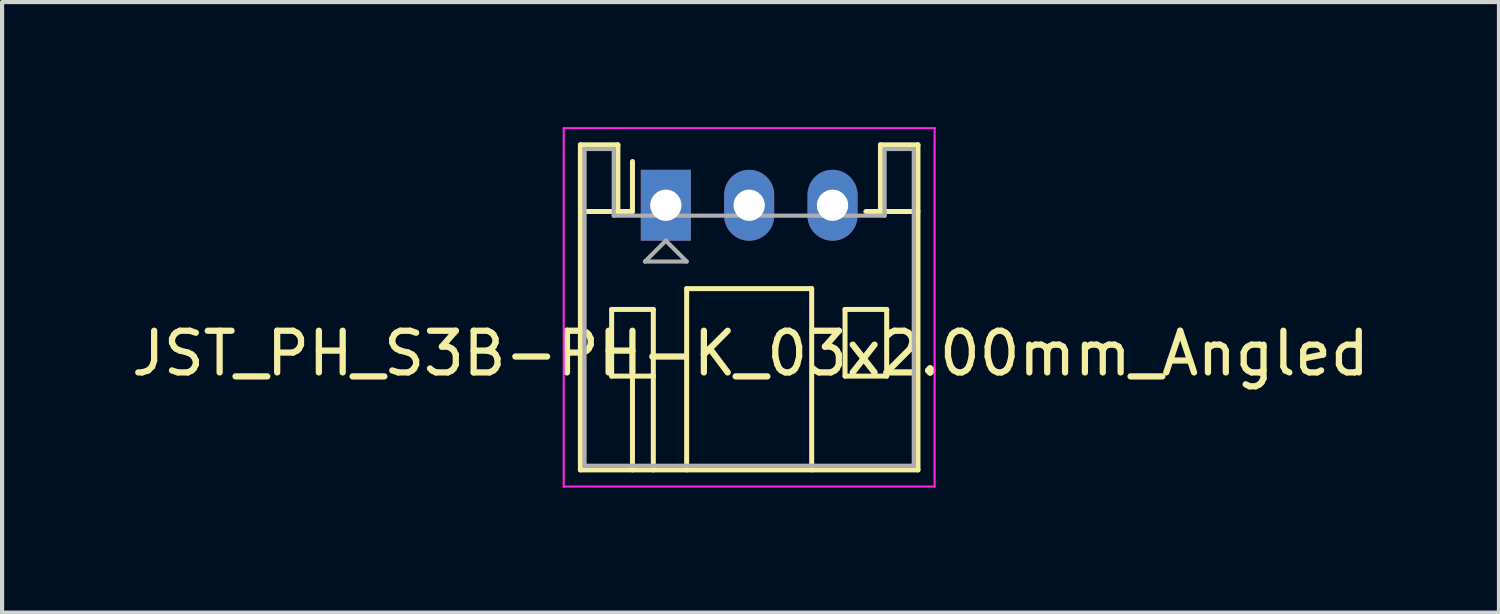
<source format=kicad_pcb>
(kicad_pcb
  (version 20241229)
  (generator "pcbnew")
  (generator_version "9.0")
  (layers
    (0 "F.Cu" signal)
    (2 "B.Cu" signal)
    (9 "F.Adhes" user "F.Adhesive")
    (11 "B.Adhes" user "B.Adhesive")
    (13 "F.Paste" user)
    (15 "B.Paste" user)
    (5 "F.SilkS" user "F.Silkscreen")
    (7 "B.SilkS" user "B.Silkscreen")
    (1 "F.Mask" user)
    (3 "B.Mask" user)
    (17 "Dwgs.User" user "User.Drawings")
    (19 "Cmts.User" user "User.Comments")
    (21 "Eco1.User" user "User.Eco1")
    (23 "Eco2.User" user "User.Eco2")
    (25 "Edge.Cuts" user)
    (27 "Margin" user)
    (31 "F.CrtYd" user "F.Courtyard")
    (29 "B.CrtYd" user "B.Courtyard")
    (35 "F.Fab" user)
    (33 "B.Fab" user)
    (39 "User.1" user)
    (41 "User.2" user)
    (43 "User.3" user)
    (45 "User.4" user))
  (footprint "JST_PH_S3B-PH-K_03x2.00mm_Angled"
    (layer "F.Cu")
    (at 12.926 1.875)
    (property "Reference" "JST_PH_S3B-PH-K_03x2.00mm_Angled" (at 2.032 3.556 0) (layer "F.SilkS") (effects (font (size 1 1) (thickness 0.15))))
    (attr through_hole)
    (fp_line (start -2.05 -1.45) (end -2.05 6.35) (stroke (width 0.12) (type solid)) (layer "F.SilkS"))
    (fp_line (start -2.05 0.15) (end -1.15 0.15) (stroke (width 0.12) (type solid)) (layer "F.SilkS"))
    (fp_line (start -2.05 6.35) (end 6.05 6.35) (stroke (width 0.12) (type solid)) (layer "F.SilkS"))
    (fp_line (start -1.3 2.5) (end -1.3 4.1) (stroke (width 0.12) (type solid)) (layer "F.SilkS"))
    (fp_line (start -1.3 4.1) (end -0.3 4.1) (stroke (width 0.12) (type solid)) (layer "F.SilkS"))
    (fp_line (start -1.15 -1.45) (end -2.05 -1.45) (stroke (width 0.12) (type solid)) (layer "F.SilkS"))
    (fp_line (start -1.15 0.15) (end -1.15 -1.45) (stroke (width 0.12) (type solid)) (layer "F.SilkS"))
    (fp_line (start -0.8 0.15) (end -1.15 0.15) (stroke (width 0.12) (type solid)) (layer "F.SilkS"))
    (fp_line (start -0.8 0.15) (end -0.8 -1.05) (stroke (width 0.12) (type solid)) (layer "F.SilkS"))
    (fp_line (start -0.8 4.1) (end -0.8 6.35) (stroke (width 0.12) (type solid)) (layer "F.SilkS"))
    (fp_line (start -0.3 2.5) (end -1.3 2.5) (stroke (width 0.12) (type solid)) (layer "F.SilkS"))
    (fp_line (start -0.3 4.1) (end -0.3 2.5) (stroke (width 0.12) (type solid)) (layer "F.SilkS"))
    (fp_line (start -0.3 4.1) (end -0.3 6.35) (stroke (width 0.12) (type solid)) (layer "F.SilkS"))
    (fp_line (start 0.5 2) (end 3.5 2) (stroke (width 0.12) (type solid)) (layer "F.SilkS"))
    (fp_line (start 0.5 6.35) (end 0.5 2) (stroke (width 0.12) (type solid)) (layer "F.SilkS"))
    (fp_line (start 3.5 2) (end 3.5 6.35) (stroke (width 0.12) (type solid)) (layer "F.SilkS"))
    (fp_line (start 4.3 2.5) (end 5.3 2.5) (stroke (width 0.12) (type solid)) (layer "F.SilkS"))
    (fp_line (start 4.3 4.1) (end 4.3 2.5) (stroke (width 0.12) (type solid)) (layer "F.SilkS"))
    (fp_line (start 5.15 -1.45) (end 5.15 0.15) (stroke (width 0.12) (type solid)) (layer "F.SilkS"))
    (fp_line (start 5.15 0.15) (end 4.8 0.15) (stroke (width 0.12) (type solid)) (layer "F.SilkS"))
    (fp_line (start 5.3 2.5) (end 5.3 4.1) (stroke (width 0.12) (type solid)) (layer "F.SilkS"))
    (fp_line (start 5.3 4.1) (end 4.3 4.1) (stroke (width 0.12) (type solid)) (layer "F.SilkS"))
    (fp_line (start 6.05 -1.45) (end 5.15 -1.45) (stroke (width 0.12) (type solid)) (layer "F.SilkS"))
    (fp_line (start 6.05 0.15) (end 5.15 0.15) (stroke (width 0.12) (type solid)) (layer "F.SilkS"))
    (fp_line (start 6.05 6.35) (end 6.05 -1.45) (stroke (width 0.12) (type solid)) (layer "F.SilkS"))
    (fp_line (start -2.45 -1.85) (end -2.45 6.75) (stroke (width 0.05) (type solid)) (layer "F.CrtYd"))
    (fp_line (start -2.45 6.75) (end 6.45 6.75) (stroke (width 0.05) (type solid)) (layer "F.CrtYd"))
    (fp_line (start 6.45 -1.85) (end -2.45 -1.85) (stroke (width 0.05) (type solid)) (layer "F.CrtYd"))
    (fp_line (start 6.45 6.75) (end 6.45 -1.85) (stroke (width 0.05) (type solid)) (layer "F.CrtYd"))
    (fp_line (start -1.95 -1.35) (end -1.95 6.25) (stroke (width 0.1) (type solid)) (layer "F.Fab"))
    (fp_line (start -1.95 6.25) (end 5.95 6.25) (stroke (width 0.1) (type solid)) (layer "F.Fab"))
    (fp_line (start -1.25 -1.35) (end -1.95 -1.35) (stroke (width 0.1) (type solid)) (layer "F.Fab"))
    (fp_line (start -1.25 0.25) (end -1.25 -1.35) (stroke (width 0.1) (type solid)) (layer "F.Fab"))
    (fp_line (start -0.5 1.35) (end 0.5 1.35) (stroke (width 0.1) (type solid)) (layer "F.Fab"))
    (fp_line (start 0 0.85) (end -0.5 1.35) (stroke (width 0.1) (type solid)) (layer "F.Fab"))
    (fp_line (start 0.5 1.35) (end 0 0.85) (stroke (width 0.1) (type solid)) (layer "F.Fab"))
    (fp_line (start 5.25 -1.35) (end 5.25 0.25) (stroke (width 0.1) (type solid)) (layer "F.Fab"))
    (fp_line (start 5.25 0.25) (end -1.25 0.25) (stroke (width 0.1) (type solid)) (layer "F.Fab"))
    (fp_line (start 5.95 -1.35) (end 5.25 -1.35) (stroke (width 0.1) (type solid)) (layer "F.Fab"))
    (fp_line (start 5.95 6.25) (end 5.95 -1.35) (stroke (width 0.1) (type solid)) (layer "F.Fab"))
    (pad "1" thru_hole rect (at 0 0) (size 1.2 1.7) (drill 0.75) (layers "*.Cu" "*.Mask"))
    (pad "2" thru_hole oval (at 2 0) (size 1.2 1.7) (drill 0.75) (layers "*.Cu" "*.Mask"))
    (pad "3" thru_hole oval (at 4 0) (size 1.2 1.7) (drill 0.75) (layers "*.Cu" "*.Mask")))
  (gr_rect
    (start -3 -3)
    (end 32.917 11.65)
    (stroke (width 0.1) (type default))
    (fill no)
    (layer "Edge.Cuts")))
</source>
